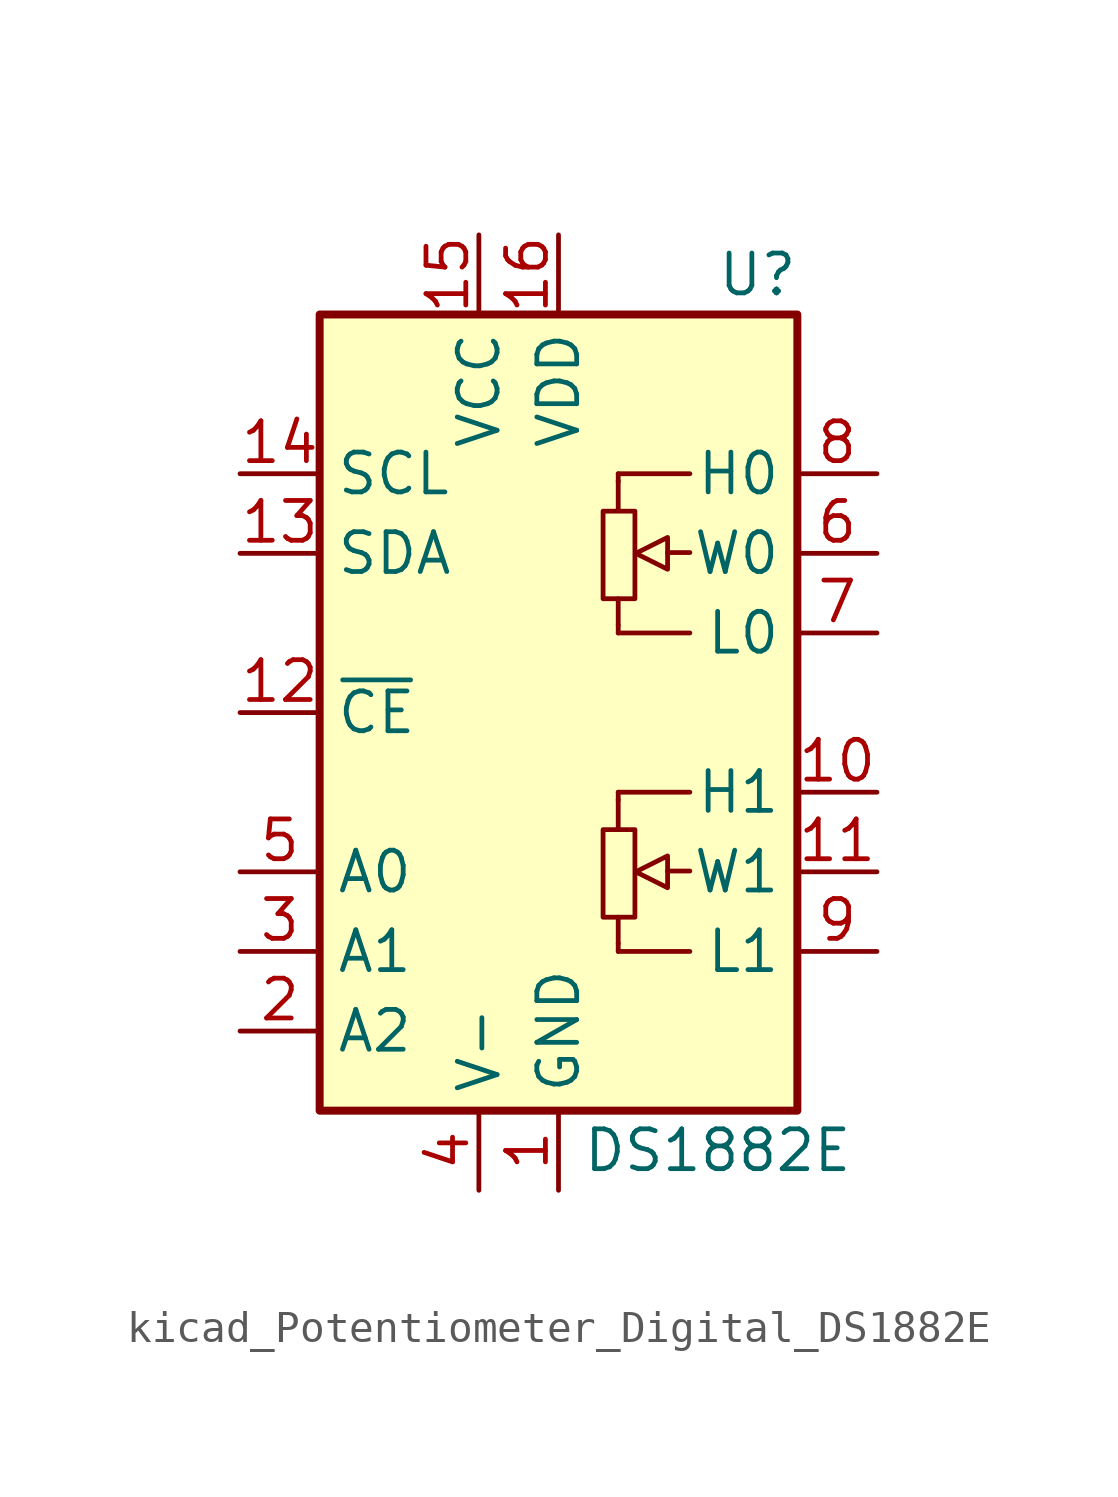
<source format=kicad_sym>
(kicad_symbol_lib
  (version 20220914)
  (generator kicad_symbol_editor)
  (symbol "kicad_Potentiometer_Digital_DS1882E"
    (property "Reference" "U"
      (at 6.35 13.97 0)
      (effects (font (size 1.27 1.27))))
    (property "Value" "DS1882E"
      (at 5.08 -13.97 0)
      (effects (font (size 1.27 1.27))))
    (symbol "kicad_Potentiometer_Digital_DS1882E_0_1"
      (rectangle (start -7.62 12.7) (end 7.62 -12.7) (stroke (width 0.254) (type default)) (fill (type background))))
    (symbol "kicad_Potentiometer_Digital_DS1882E_1_1"
      (polyline (pts (xy 1.905 -7.366) (xy 1.905 -6.528)) (stroke (width 0) (type default)) (fill (type none)))
      (polyline (pts (xy 1.905 -2.769) (xy 1.905 -3.708)) (stroke (width 0) (type default)) (fill (type none)))
      (polyline (pts (xy 1.905 2.794) (xy 1.905 3.632)) (stroke (width 0) (type default)) (fill (type none)))
      (polyline (pts (xy 1.905 7.391) (xy 1.905 6.452)) (stroke (width 0) (type default)) (fill (type none)))
      (polyline (pts (xy 3.48 -5.055) (xy 4.191 -5.055)) (stroke (width 0) (type default)) (fill (type none)))
      (polyline (pts (xy 3.48 5.105) (xy 4.191 5.105)) (stroke (width 0) (type default)) (fill (type none)))
      (polyline (pts (xy 1.905 -7.62) (xy 1.905 -7.366) (xy 1.905 -7.366)) (stroke (width 0) (type default)) (fill (type background)))
      (polyline (pts (xy 1.905 -7.62) (xy 4.191 -7.62) (xy 4.191 -7.62)) (stroke (width 0) (type default)) (fill (type background)))
      (polyline (pts (xy 1.905 -2.54) (xy 1.905 -2.794) (xy 1.905 -2.794)) (stroke (width 0) (type default)) (fill (type none)))
      (polyline (pts (xy 1.905 -2.54) (xy 4.191 -2.54) (xy 4.191 -2.54)) (stroke (width 0) (type default)) (fill (type background)))
      (polyline (pts (xy 1.905 2.54) (xy 1.905 2.794) (xy 1.905 2.794)) (stroke (width 0) (type default)) (fill (type background)))
      (polyline (pts (xy 1.905 2.54) (xy 4.191 2.54) (xy 4.191 2.54)) (stroke (width 0) (type default)) (fill (type background)))
      (polyline (pts (xy 1.905 7.62) (xy 1.905 7.366) (xy 1.905 7.366)) (stroke (width 0) (type default)) (fill (type none)))
      (polyline (pts (xy 1.905 7.62) (xy 4.191 7.62) (xy 4.191 7.62)) (stroke (width 0) (type default)) (fill (type background)))
      (polyline (pts (xy 3.48 -4.572) (xy 3.48 -5.588) (xy 2.464 -5.08) (xy 3.48 -4.572) (xy 3.48 -4.572)) (stroke (width 0) (type default)) (fill (type background)))
      (polyline (pts (xy 3.48 5.588) (xy 3.48 4.572) (xy 2.464 5.08) (xy 3.48 5.588) (xy 3.48 5.588)) (stroke (width 0) (type default)) (fill (type background)))
      (rectangle (start 1.422 -3.734) (end 2.438 -6.528) (stroke (width 0) (type default)) (fill (type none)))
      (rectangle (start 1.422 6.426) (end 2.438 3.632) (stroke (width 0) (type default)) (fill (type none)))
      (pin power_in line (at 0 -15.24 90) (length 2.54) (name "GND" (effects (font (size 1.27 1.27)))) (number "1" (effects (font (size 1.27 1.27)))))
      (pin passive line (at 10.16 -2.54 180) (length 2.54) (name "H1" (effects (font (size 1.27 1.27)))) (number "10" (effects (font (size 1.27 1.27)))))
      (pin passive line (at 10.16 -5.08 180) (length 2.54) (name "W1" (effects (font (size 1.27 1.27)))) (number "11" (effects (font (size 1.27 1.27)))))
      (pin input line (at -10.16 0 0) (length 2.54) (name "~{CE}" (effects (font (size 1.27 1.27)))) (number "12" (effects (font (size 1.27 1.27)))))
      (pin bidirectional line (at -10.16 5.08 0) (length 2.54) (name "SDA" (effects (font (size 1.27 1.27)))) (number "13" (effects (font (size 1.27 1.27)))))
      (pin input line (at -10.16 7.62 0) (length 2.54) (name "SCL" (effects (font (size 1.27 1.27)))) (number "14" (effects (font (size 1.27 1.27)))))
      (pin power_in line (at -2.54 15.24 270) (length 2.54) (name "VCC" (effects (font (size 1.27 1.27)))) (number "15" (effects (font (size 1.27 1.27)))))
      (pin power_in line (at 0 15.24 270) (length 2.54) (name "VDD" (effects (font (size 1.27 1.27)))) (number "16" (effects (font (size 1.27 1.27)))))
      (pin input line (at -10.16 -10.16 0) (length 2.54) (name "A2" (effects (font (size 1.27 1.27)))) (number "2" (effects (font (size 1.27 1.27)))))
      (pin input line (at -10.16 -7.62 0) (length 2.54) (name "A1" (effects (font (size 1.27 1.27)))) (number "3" (effects (font (size 1.27 1.27)))))
      (pin power_in line (at -2.54 -15.24 90) (length 2.54) (name "V-" (effects (font (size 1.27 1.27)))) (number "4" (effects (font (size 1.27 1.27)))))
      (pin input line (at -10.16 -5.08 0) (length 2.54) (name "A0" (effects (font (size 1.27 1.27)))) (number "5" (effects (font (size 1.27 1.27)))))
      (pin passive line (at 10.16 5.08 180) (length 2.54) (name "W0" (effects (font (size 1.27 1.27)))) (number "6" (effects (font (size 1.27 1.27)))))
      (pin passive line (at 10.16 2.54 180) (length 2.54) (name "L0" (effects (font (size 1.27 1.27)))) (number "7" (effects (font (size 1.27 1.27)))))
      (pin passive line (at 10.16 7.62 180) (length 2.54) (name "H0" (effects (font (size 1.27 1.27)))) (number "8" (effects (font (size 1.27 1.27)))))
      (pin passive line (at 10.16 -7.62 180) (length 2.54) (name "L1" (effects (font (size 1.27 1.27)))) (number "9" (effects (font (size 1.27 1.27))))))))
</source>
